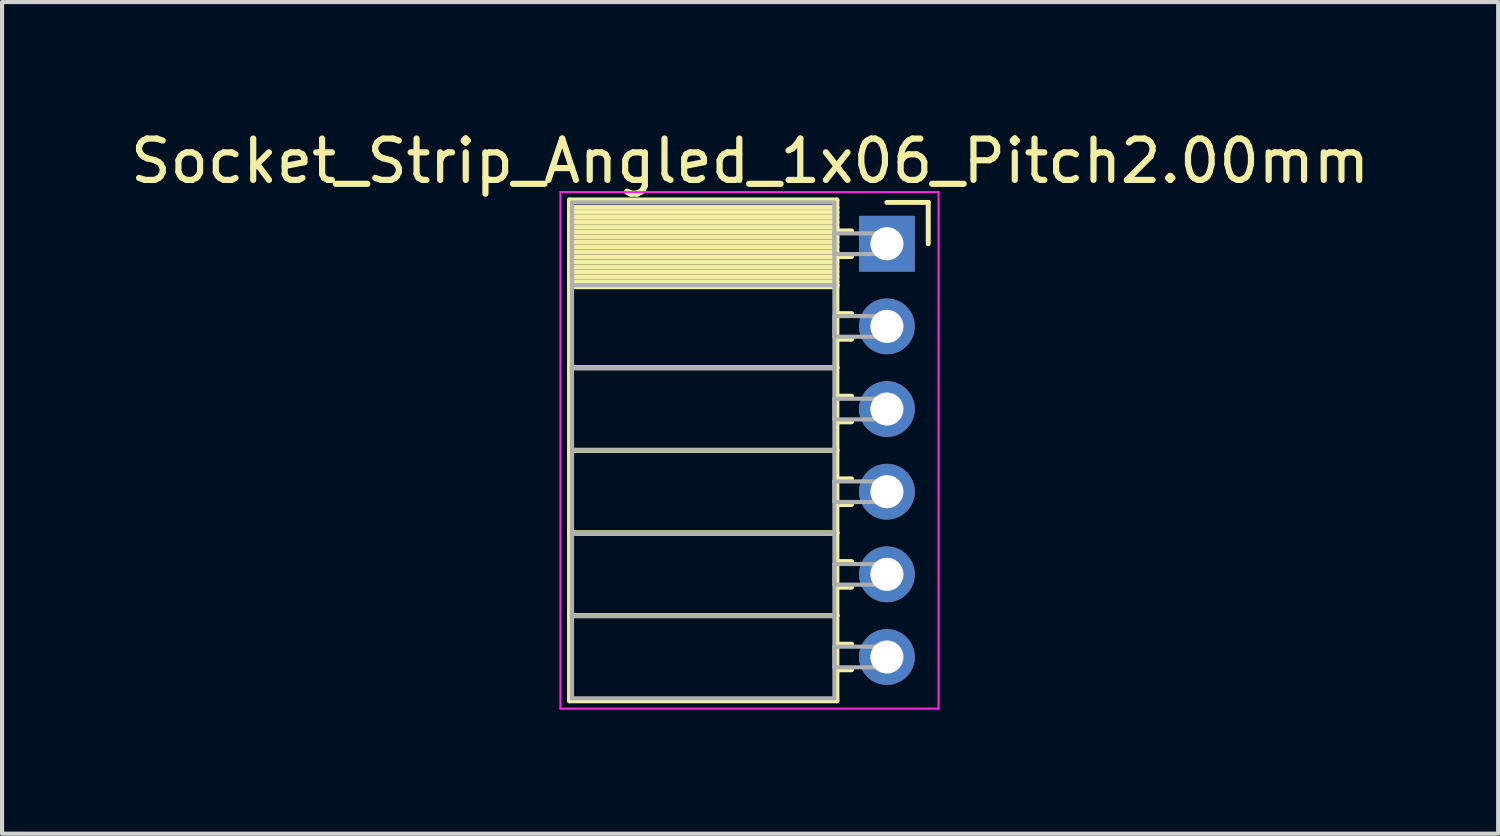
<source format=kicad_pcb>
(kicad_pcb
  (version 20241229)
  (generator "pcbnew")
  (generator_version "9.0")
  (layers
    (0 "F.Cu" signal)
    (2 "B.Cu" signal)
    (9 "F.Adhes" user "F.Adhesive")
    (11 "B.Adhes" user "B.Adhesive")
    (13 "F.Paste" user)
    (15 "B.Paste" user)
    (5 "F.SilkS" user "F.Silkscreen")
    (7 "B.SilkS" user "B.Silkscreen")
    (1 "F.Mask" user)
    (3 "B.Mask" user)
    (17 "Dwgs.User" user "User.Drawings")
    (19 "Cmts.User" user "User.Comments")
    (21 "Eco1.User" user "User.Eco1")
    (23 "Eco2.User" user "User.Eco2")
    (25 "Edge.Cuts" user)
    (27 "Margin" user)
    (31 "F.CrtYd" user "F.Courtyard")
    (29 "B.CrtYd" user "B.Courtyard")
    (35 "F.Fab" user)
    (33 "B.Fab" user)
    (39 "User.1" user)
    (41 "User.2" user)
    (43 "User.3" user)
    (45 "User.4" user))
  (footprint "Socket_Strip_Angled_1x06_Pitch2.00mm"
    (layer "F.Cu")
    (at 18.411 2.848)
    (property "Reference" "Socket_Strip_Angled_1x06_Pitch2.00mm" (at -3.31 -2 0) (layer "F.SilkS") (effects (font (size 1 1) (thickness 0.15))))
    (attr through_hole)
    (fp_line (start -7.68 -1.06) (end -1.21 -1.06) (stroke (width 0.12) (type solid)) (layer "F.SilkS"))
    (fp_line (start -7.68 1) (end -7.68 -1.06) (stroke (width 0.12) (type solid)) (layer "F.SilkS"))
    (fp_line (start -7.68 1) (end -1.21 1) (stroke (width 0.12) (type solid)) (layer "F.SilkS"))
    (fp_line (start -7.68 3) (end -7.68 1) (stroke (width 0.12) (type solid)) (layer "F.SilkS"))
    (fp_line (start -7.68 3) (end -1.21 3) (stroke (width 0.12) (type solid)) (layer "F.SilkS"))
    (fp_line (start -7.68 5) (end -7.68 3) (stroke (width 0.12) (type solid)) (layer "F.SilkS"))
    (fp_line (start -7.68 5) (end -1.21 5) (stroke (width 0.12) (type solid)) (layer "F.SilkS"))
    (fp_line (start -7.68 7) (end -7.68 5) (stroke (width 0.12) (type solid)) (layer "F.SilkS"))
    (fp_line (start -7.68 7) (end -1.21 7) (stroke (width 0.12) (type solid)) (layer "F.SilkS"))
    (fp_line (start -7.68 9) (end -7.68 7) (stroke (width 0.12) (type solid)) (layer "F.SilkS"))
    (fp_line (start -7.68 9) (end -1.21 9) (stroke (width 0.12) (type solid)) (layer "F.SilkS"))
    (fp_line (start -7.68 11.06) (end -7.68 9) (stroke (width 0.12) (type solid)) (layer "F.SilkS"))
    (fp_line (start -1.21 -1.06) (end -1.21 1) (stroke (width 0.12) (type solid)) (layer "F.SilkS"))
    (fp_line (start -1.21 -0.88) (end -7.68 -0.88) (stroke (width 0.12) (type solid)) (layer "F.SilkS"))
    (fp_line (start -1.21 -0.76) (end -7.68 -0.76) (stroke (width 0.12) (type solid)) (layer "F.SilkS"))
    (fp_line (start -1.21 -0.64) (end -7.68 -0.64) (stroke (width 0.12) (type solid)) (layer "F.SilkS"))
    (fp_line (start -1.21 -0.52) (end -7.68 -0.52) (stroke (width 0.12) (type solid)) (layer "F.SilkS"))
    (fp_line (start -1.21 -0.4) (end -7.68 -0.4) (stroke (width 0.12) (type solid)) (layer "F.SilkS"))
    (fp_line (start -1.21 -0.28) (end -7.68 -0.28) (stroke (width 0.12) (type solid)) (layer "F.SilkS"))
    (fp_line (start -1.21 -0.16) (end -7.68 -0.16) (stroke (width 0.12) (type solid)) (layer "F.SilkS"))
    (fp_line (start -1.21 -0.04) (end -7.68 -0.04) (stroke (width 0.12) (type solid)) (layer "F.SilkS"))
    (fp_line (start -1.21 0.08) (end -7.68 0.08) (stroke (width 0.12) (type solid)) (layer "F.SilkS"))
    (fp_line (start -1.21 0.2) (end -7.68 0.2) (stroke (width 0.12) (type solid)) (layer "F.SilkS"))
    (fp_line (start -1.21 0.32) (end -7.68 0.32) (stroke (width 0.12) (type solid)) (layer "F.SilkS"))
    (fp_line (start -1.21 0.44) (end -7.68 0.44) (stroke (width 0.12) (type solid)) (layer "F.SilkS"))
    (fp_line (start -1.21 0.56) (end -7.68 0.56) (stroke (width 0.12) (type solid)) (layer "F.SilkS"))
    (fp_line (start -1.21 0.68) (end -7.68 0.68) (stroke (width 0.12) (type solid)) (layer "F.SilkS"))
    (fp_line (start -1.21 0.8) (end -7.68 0.8) (stroke (width 0.12) (type solid)) (layer "F.SilkS"))
    (fp_line (start -1.21 0.92) (end -7.68 0.92) (stroke (width 0.12) (type solid)) (layer "F.SilkS"))
    (fp_line (start -1.21 1) (end -7.68 1) (stroke (width 0.12) (type solid)) (layer "F.SilkS"))
    (fp_line (start -1.21 1) (end -1.21 3) (stroke (width 0.12) (type solid)) (layer "F.SilkS"))
    (fp_line (start -1.21 1.04) (end -7.68 1.04) (stroke (width 0.12) (type solid)) (layer "F.SilkS"))
    (fp_line (start -1.21 3) (end -7.68 3) (stroke (width 0.12) (type solid)) (layer "F.SilkS"))
    (fp_line (start -1.21 3) (end -1.21 5) (stroke (width 0.12) (type solid)) (layer "F.SilkS"))
    (fp_line (start -1.21 5) (end -7.68 5) (stroke (width 0.12) (type solid)) (layer "F.SilkS"))
    (fp_line (start -1.21 5) (end -1.21 7) (stroke (width 0.12) (type solid)) (layer "F.SilkS"))
    (fp_line (start -1.21 7) (end -7.68 7) (stroke (width 0.12) (type solid)) (layer "F.SilkS"))
    (fp_line (start -1.21 7) (end -1.21 9) (stroke (width 0.12) (type solid)) (layer "F.SilkS"))
    (fp_line (start -1.21 9) (end -7.68 9) (stroke (width 0.12) (type solid)) (layer "F.SilkS"))
    (fp_line (start -1.21 9) (end -1.21 11.06) (stroke (width 0.12) (type solid)) (layer "F.SilkS"))
    (fp_line (start -1.21 11.06) (end -7.68 11.06) (stroke (width 0.12) (type solid)) (layer "F.SilkS"))
    (fp_line (start -0.855 -0.31) (end -1.21 -0.31) (stroke (width 0.12) (type solid)) (layer "F.SilkS"))
    (fp_line (start -0.855 0.31) (end -1.21 0.31) (stroke (width 0.12) (type solid)) (layer "F.SilkS"))
    (fp_line (start -0.855 1.69) (end -1.21 1.69) (stroke (width 0.12) (type solid)) (layer "F.SilkS"))
    (fp_line (start -0.855 2.31) (end -1.21 2.31) (stroke (width 0.12) (type solid)) (layer "F.SilkS"))
    (fp_line (start -0.855 3.69) (end -1.21 3.69) (stroke (width 0.12) (type solid)) (layer "F.SilkS"))
    (fp_line (start -0.855 4.31) (end -1.21 4.31) (stroke (width 0.12) (type solid)) (layer "F.SilkS"))
    (fp_line (start -0.855 5.69) (end -1.21 5.69) (stroke (width 0.12) (type solid)) (layer "F.SilkS"))
    (fp_line (start -0.855 6.31) (end -1.21 6.31) (stroke (width 0.12) (type solid)) (layer "F.SilkS"))
    (fp_line (start -0.855 7.69) (end -1.21 7.69) (stroke (width 0.12) (type solid)) (layer "F.SilkS"))
    (fp_line (start -0.855 8.31) (end -1.21 8.31) (stroke (width 0.12) (type solid)) (layer "F.SilkS"))
    (fp_line (start -0.855 9.69) (end -1.21 9.69) (stroke (width 0.12) (type solid)) (layer "F.SilkS"))
    (fp_line (start -0.855 10.31) (end -1.21 10.31) (stroke (width 0.12) (type solid)) (layer "F.SilkS"))
    (fp_line (start 0 -1) (end 1 -1) (stroke (width 0.12) (type solid)) (layer "F.SilkS"))
    (fp_line (start 1 -1) (end 1 0) (stroke (width 0.12) (type solid)) (layer "F.SilkS"))
    (fp_line (start -7.9 -1.25) (end 1.25 -1.25) (stroke (width 0.05) (type solid)) (layer "F.CrtYd"))
    (fp_line (start -7.9 11.25) (end -7.9 -1.25) (stroke (width 0.05) (type solid)) (layer "F.CrtYd"))
    (fp_line (start 1.25 -1.25) (end 1.25 11.25) (stroke (width 0.05) (type solid)) (layer "F.CrtYd"))
    (fp_line (start 1.25 11.25) (end -7.9 11.25) (stroke (width 0.05) (type solid)) (layer "F.CrtYd"))
    (fp_line (start -7.62 -1) (end -1.27 -1) (stroke (width 0.1) (type solid)) (layer "F.Fab"))
    (fp_line (start -7.62 1) (end -7.62 -1) (stroke (width 0.1) (type solid)) (layer "F.Fab"))
    (fp_line (start -7.62 1) (end -1.27 1) (stroke (width 0.1) (type solid)) (layer "F.Fab"))
    (fp_line (start -7.62 3) (end -7.62 1) (stroke (width 0.1) (type solid)) (layer "F.Fab"))
    (fp_line (start -7.62 3) (end -1.27 3) (stroke (width 0.1) (type solid)) (layer "F.Fab"))
    (fp_line (start -7.62 5) (end -7.62 3) (stroke (width 0.1) (type solid)) (layer "F.Fab"))
    (fp_line (start -7.62 5) (end -1.27 5) (stroke (width 0.1) (type solid)) (layer "F.Fab"))
    (fp_line (start -7.62 7) (end -7.62 5) (stroke (width 0.1) (type solid)) (layer "F.Fab"))
    (fp_line (start -7.62 7) (end -1.27 7) (stroke (width 0.1) (type solid)) (layer "F.Fab"))
    (fp_line (start -7.62 9) (end -7.62 7) (stroke (width 0.1) (type solid)) (layer "F.Fab"))
    (fp_line (start -7.62 9) (end -1.27 9) (stroke (width 0.1) (type solid)) (layer "F.Fab"))
    (fp_line (start -7.62 11) (end -7.62 9) (stroke (width 0.1) (type solid)) (layer "F.Fab"))
    (fp_line (start -1.27 -1) (end -1.27 1) (stroke (width 0.1) (type solid)) (layer "F.Fab"))
    (fp_line (start -1.27 -0.25) (end 0 -0.25) (stroke (width 0.1) (type solid)) (layer "F.Fab"))
    (fp_line (start -1.27 0.25) (end -1.27 -0.25) (stroke (width 0.1) (type solid)) (layer "F.Fab"))
    (fp_line (start -1.27 1) (end -7.62 1) (stroke (width 0.1) (type solid)) (layer "F.Fab"))
    (fp_line (start -1.27 1) (end -1.27 3) (stroke (width 0.1) (type solid)) (layer "F.Fab"))
    (fp_line (start -1.27 1.75) (end 0 1.75) (stroke (width 0.1) (type solid)) (layer "F.Fab"))
    (fp_line (start -1.27 2.25) (end -1.27 1.75) (stroke (width 0.1) (type solid)) (layer "F.Fab"))
    (fp_line (start -1.27 3) (end -7.62 3) (stroke (width 0.1) (type solid)) (layer "F.Fab"))
    (fp_line (start -1.27 3) (end -1.27 5) (stroke (width 0.1) (type solid)) (layer "F.Fab"))
    (fp_line (start -1.27 3.75) (end 0 3.75) (stroke (width 0.1) (type solid)) (layer "F.Fab"))
    (fp_line (start -1.27 4.25) (end -1.27 3.75) (stroke (width 0.1) (type solid)) (layer "F.Fab"))
    (fp_line (start -1.27 5) (end -7.62 5) (stroke (width 0.1) (type solid)) (layer "F.Fab"))
    (fp_line (start -1.27 5) (end -1.27 7) (stroke (width 0.1) (type solid)) (layer "F.Fab"))
    (fp_line (start -1.27 5.75) (end 0 5.75) (stroke (width 0.1) (type solid)) (layer "F.Fab"))
    (fp_line (start -1.27 6.25) (end -1.27 5.75) (stroke (width 0.1) (type solid)) (layer "F.Fab"))
    (fp_line (start -1.27 7) (end -7.62 7) (stroke (width 0.1) (type solid)) (layer "F.Fab"))
    (fp_line (start -1.27 7) (end -1.27 9) (stroke (width 0.1) (type solid)) (layer "F.Fab"))
    (fp_line (start -1.27 7.75) (end 0 7.75) (stroke (width 0.1) (type solid)) (layer "F.Fab"))
    (fp_line (start -1.27 8.25) (end -1.27 7.75) (stroke (width 0.1) (type solid)) (layer "F.Fab"))
    (fp_line (start -1.27 9) (end -7.62 9) (stroke (width 0.1) (type solid)) (layer "F.Fab"))
    (fp_line (start -1.27 9) (end -1.27 11) (stroke (width 0.1) (type solid)) (layer "F.Fab"))
    (fp_line (start -1.27 9.75) (end 0 9.75) (stroke (width 0.1) (type solid)) (layer "F.Fab"))
    (fp_line (start -1.27 10.25) (end -1.27 9.75) (stroke (width 0.1) (type solid)) (layer "F.Fab"))
    (fp_line (start -1.27 11) (end -7.62 11) (stroke (width 0.1) (type solid)) (layer "F.Fab"))
    (fp_line (start 0 -0.25) (end 0 0.25) (stroke (width 0.1) (type solid)) (layer "F.Fab"))
    (fp_line (start 0 0.25) (end -1.27 0.25) (stroke (width 0.1) (type solid)) (layer "F.Fab"))
    (fp_line (start 0 1.75) (end 0 2.25) (stroke (width 0.1) (type solid)) (layer "F.Fab"))
    (fp_line (start 0 2.25) (end -1.27 2.25) (stroke (width 0.1) (type solid)) (layer "F.Fab"))
    (fp_line (start 0 3.75) (end 0 4.25) (stroke (width 0.1) (type solid)) (layer "F.Fab"))
    (fp_line (start 0 4.25) (end -1.27 4.25) (stroke (width 0.1) (type solid)) (layer "F.Fab"))
    (fp_line (start 0 5.75) (end 0 6.25) (stroke (width 0.1) (type solid)) (layer "F.Fab"))
    (fp_line (start 0 6.25) (end -1.27 6.25) (stroke (width 0.1) (type solid)) (layer "F.Fab"))
    (fp_line (start 0 7.75) (end 0 8.25) (stroke (width 0.1) (type solid)) (layer "F.Fab"))
    (fp_line (start 0 8.25) (end -1.27 8.25) (stroke (width 0.1) (type solid)) (layer "F.Fab"))
    (fp_line (start 0 9.75) (end 0 10.25) (stroke (width 0.1) (type solid)) (layer "F.Fab"))
    (fp_line (start 0 10.25) (end -1.27 10.25) (stroke (width 0.1) (type solid)) (layer "F.Fab"))
    (pad "1" thru_hole rect (at 0 0) (size 1.35 1.35) (drill 0.8) (layers "*.Cu" "*.Mask"))
    (pad "2" thru_hole oval (at 0 2) (size 1.35 1.35) (drill 0.8) (layers "*.Cu" "*.Mask"))
    (pad "3" thru_hole oval (at 0 4) (size 1.35 1.35) (drill 0.8) (layers "*.Cu" "*.Mask"))
    (pad "4" thru_hole oval (at 0 6) (size 1.35 1.35) (drill 0.8) (layers "*.Cu" "*.Mask"))
    (pad "5" thru_hole oval (at 0 8) (size 1.35 1.35) (drill 0.8) (layers "*.Cu" "*.Mask"))
    (pad "6" thru_hole oval (at 0 10) (size 1.35 1.35) (drill 0.8) (layers "*.Cu" "*.Mask")))
  (gr_rect
    (start -3 -3)
    (end 33.202 17.123)
    (stroke (width 0.1) (type default))
    (fill no)
    (layer "Edge.Cuts")))
</source>
